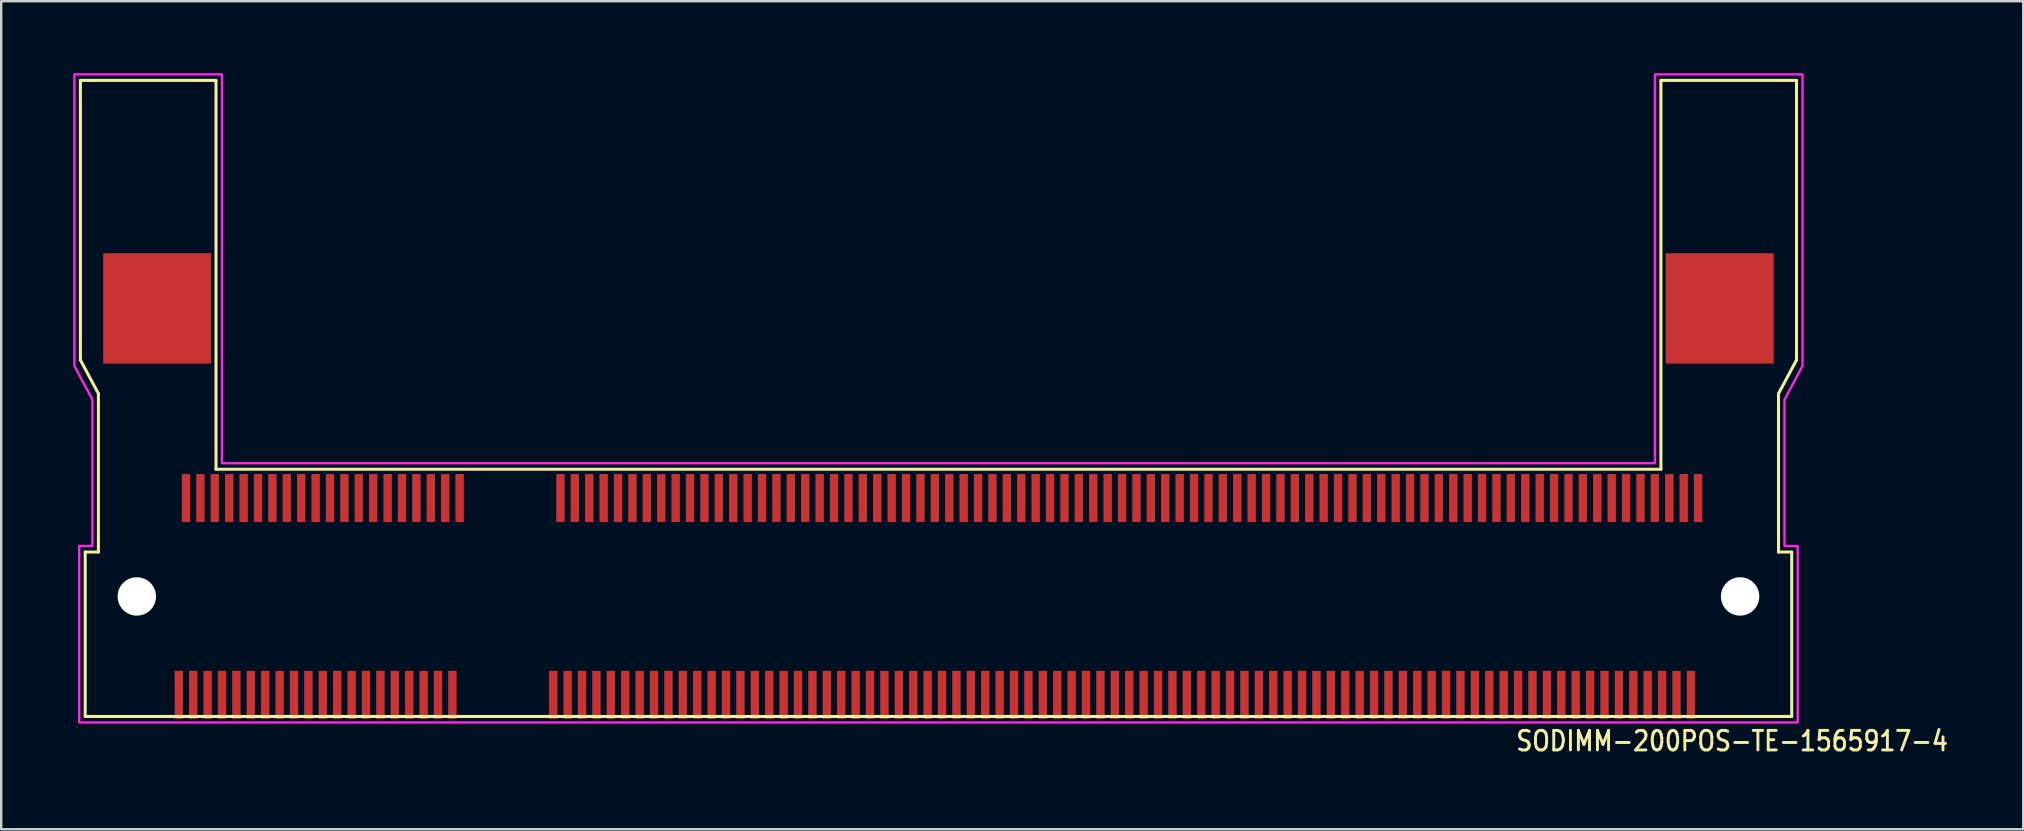
<source format=kicad_pcb>
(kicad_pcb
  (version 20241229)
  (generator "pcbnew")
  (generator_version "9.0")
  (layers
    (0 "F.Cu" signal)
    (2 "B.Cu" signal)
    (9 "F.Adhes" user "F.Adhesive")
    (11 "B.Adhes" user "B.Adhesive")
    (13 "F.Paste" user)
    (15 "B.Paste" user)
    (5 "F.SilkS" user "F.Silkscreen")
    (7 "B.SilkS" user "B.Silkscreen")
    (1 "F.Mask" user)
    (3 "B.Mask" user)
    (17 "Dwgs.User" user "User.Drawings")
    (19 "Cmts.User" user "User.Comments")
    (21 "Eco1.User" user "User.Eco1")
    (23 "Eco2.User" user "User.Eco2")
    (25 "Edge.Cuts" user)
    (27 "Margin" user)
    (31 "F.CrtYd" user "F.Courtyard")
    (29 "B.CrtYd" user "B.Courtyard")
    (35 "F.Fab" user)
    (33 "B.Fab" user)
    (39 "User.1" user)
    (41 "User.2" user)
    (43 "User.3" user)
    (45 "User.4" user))
  (footprint "SODIMM-200POS-TE-1565917-4"
    (layer "F.Cu")
    (at 36.05 21.8)
    (property "Reference" "SODIMM-200POS-TE-1565917-4" (at 24 6.5 0) (unlocked yes) (layer "F.SilkS") (effects (font (size 0.813 0.695) (thickness 0.122)) (justify left bottom)))
    (fp_line (start -35.75 -21.5) (end -30.1 -21.5) (stroke (width 0.127) (type solid)) (layer "F.SilkS"))
    (fp_line (start -35.75 -9.85) (end -35.75 -21.5) (stroke (width 0.127) (type solid)) (layer "F.SilkS"))
    (fp_line (start -35.75 -9.85) (end -35 -8.45) (stroke (width 0.127) (type solid)) (layer "F.SilkS"))
    (fp_line (start -35.55 -1.85) (end -35.55 5) (stroke (width 0.127) (type solid)) (layer "F.SilkS"))
    (fp_line (start -35.55 -1.85) (end -35 -1.85) (stroke (width 0.127) (type solid)) (layer "F.SilkS"))
    (fp_line (start -35.55 5) (end 35.55 5) (stroke (width 0.127) (type solid)) (layer "F.SilkS"))
    (fp_line (start -35 -1.85) (end -35 -8.45) (stroke (width 0.127) (type solid)) (layer "F.SilkS"))
    (fp_line (start -30.1 -21.5) (end -30.1 -5.3) (stroke (width 0.127) (type solid)) (layer "F.SilkS"))
    (fp_line (start -30.1 -5.3) (end 30.1 -5.3) (stroke (width 0.127) (type solid)) (layer "F.SilkS"))
    (fp_line (start 30.1 -21.5) (end 35.75 -21.5) (stroke (width 0.127) (type solid)) (layer "F.SilkS"))
    (fp_line (start 30.1 -5.3) (end 30.1 -21.5) (stroke (width 0.127) (type solid)) (layer "F.SilkS"))
    (fp_line (start 35 -1.85) (end 35 -8.45) (stroke (width 0.127) (type solid)) (layer "F.SilkS"))
    (fp_line (start 35.55 -1.85) (end 35 -1.85) (stroke (width 0.127) (type solid)) (layer "F.SilkS"))
    (fp_line (start 35.55 5) (end 35.55 -1.85) (stroke (width 0.127) (type solid)) (layer "F.SilkS"))
    (fp_line (start 35.75 -9.85) (end 35 -8.45) (stroke (width 0.127) (type solid)) (layer "F.SilkS"))
    (fp_line (start 35.75 -9.85) (end 35.75 -21.5) (stroke (width 0.127) (type solid)) (layer "F.SilkS"))
    (fp_poly (pts (xy -36 -21.75) (xy -29.85 -21.75) (xy -29.85 -5.55) (xy 29.85 -5.55) (xy 29.85 -21.75) (xy 36 -21.75) (xy 36 -9.6) (xy 35.25 -8.2) (xy 35.25 -2.1) (xy 35.8 -2.1) (xy 35.8 5.25) (xy -35.8 5.25) (xy -35.8 -2.1) (xy -35.25 -2.1) (xy -35.25 -8.2) (xy -36 -9.6)) (stroke (width 0.1) (type solid)) (fill no) (layer "F.CrtYd"))
    (pad "" np_thru_hole circle (at -33.4 0) (size 1.6 1.6) (drill 1.6) (layers "*.Cu" "*.Mask"))
    (pad "" np_thru_hole circle (at 33.4 0) (size 1.6 1.6) (drill 1.6) (layers "*.Cu" "*.Mask"))
    (pad "1" smd rect (at -31.65 4.1 180) (size 0.35 2) (layers "F.Cu" "F.Mask" "F.Paste"))
    (pad "2" smd rect (at -31.35 -4.1 180) (size 0.35 2) (layers "F.Cu" "F.Mask" "F.Paste"))
    (pad "3" smd rect (at -31.05 4.1 180) (size 0.35 2) (layers "F.Cu" "F.Mask" "F.Paste"))
    (pad "4" smd rect (at -30.75 -4.1 180) (size 0.35 2) (layers "F.Cu" "F.Mask" "F.Paste"))
    (pad "5" smd rect (at -30.45 4.1 180) (size 0.35 2) (layers "F.Cu" "F.Mask" "F.Paste"))
    (pad "6" smd rect (at -30.15 -4.1 180) (size 0.35 2) (layers "F.Cu" "F.Mask" "F.Paste"))
    (pad "7" smd rect (at -29.85 4.1 180) (size 0.35 2) (layers "F.Cu" "F.Mask" "F.Paste"))
    (pad "8" smd rect (at -29.55 -4.1 180) (size 0.35 2) (layers "F.Cu" "F.Mask" "F.Paste"))
    (pad "9" smd rect (at -29.25 4.1 180) (size 0.35 2) (layers "F.Cu" "F.Mask" "F.Paste"))
    (pad "10" smd rect (at -28.95 -4.1 180) (size 0.35 2) (layers "F.Cu" "F.Mask" "F.Paste"))
    (pad "11" smd rect (at -28.65 4.1 180) (size 0.35 2) (layers "F.Cu" "F.Mask" "F.Paste"))
    (pad "12" smd rect (at -28.35 -4.1 180) (size 0.35 2) (layers "F.Cu" "F.Mask" "F.Paste"))
    (pad "13" smd rect (at -28.05 4.1 180) (size 0.35 2) (layers "F.Cu" "F.Mask" "F.Paste"))
    (pad "14" smd rect (at -27.75 -4.1 180) (size 0.35 2) (layers "F.Cu" "F.Mask" "F.Paste"))
    (pad "15" smd rect (at -27.45 4.1 180) (size 0.35 2) (layers "F.Cu" "F.Mask" "F.Paste"))
    (pad "16" smd rect (at -27.15 -4.1 180) (size 0.35 2) (layers "F.Cu" "F.Mask" "F.Paste"))
    (pad "17" smd rect (at -26.85 4.1 180) (size 0.35 2) (layers "F.Cu" "F.Mask" "F.Paste"))
    (pad "18" smd rect (at -26.55 -4.1 180) (size 0.35 2) (layers "F.Cu" "F.Mask" "F.Paste"))
    (pad "19" smd rect (at -26.25 4.1 180) (size 0.35 2) (layers "F.Cu" "F.Mask" "F.Paste"))
    (pad "20" smd rect (at -25.95 -4.1 180) (size 0.35 2) (layers "F.Cu" "F.Mask" "F.Paste"))
    (pad "21" smd rect (at -25.65 4.1 180) (size 0.35 2) (layers "F.Cu" "F.Mask" "F.Paste"))
    (pad "22" smd rect (at -25.35 -4.1 180) (size 0.35 2) (layers "F.Cu" "F.Mask" "F.Paste"))
    (pad "23" smd rect (at -25.05 4.1 180) (size 0.35 2) (layers "F.Cu" "F.Mask" "F.Paste"))
    (pad "24" smd rect (at -24.75 -4.1 180) (size 0.35 2) (layers "F.Cu" "F.Mask" "F.Paste"))
    (pad "25" smd rect (at -24.45 4.1 180) (size 0.35 2) (layers "F.Cu" "F.Mask" "F.Paste"))
    (pad "26" smd rect (at -24.15 -4.1 180) (size 0.35 2) (layers "F.Cu" "F.Mask" "F.Paste"))
    (pad "27" smd rect (at -23.85 4.1 180) (size 0.35 2) (layers "F.Cu" "F.Mask" "F.Paste"))
    (pad "28" smd rect (at -23.55 -4.1 180) (size 0.35 2) (layers "F.Cu" "F.Mask" "F.Paste"))
    (pad "29" smd rect (at -23.25 4.1 180) (size 0.35 2) (layers "F.Cu" "F.Mask" "F.Paste"))
    (pad "30" smd rect (at -22.95 -4.1 180) (size 0.35 2) (layers "F.Cu" "F.Mask" "F.Paste"))
    (pad "31" smd rect (at -22.65 4.1 180) (size 0.35 2) (layers "F.Cu" "F.Mask" "F.Paste"))
    (pad "32" smd rect (at -22.35 -4.1 180) (size 0.35 2) (layers "F.Cu" "F.Mask" "F.Paste"))
    (pad "33" smd rect (at -22.05 4.1 180) (size 0.35 2) (layers "F.Cu" "F.Mask" "F.Paste"))
    (pad "34" smd rect (at -21.75 -4.1 180) (size 0.35 2) (layers "F.Cu" "F.Mask" "F.Paste"))
    (pad "35" smd rect (at -21.45 4.1 180) (size 0.35 2) (layers "F.Cu" "F.Mask" "F.Paste"))
    (pad "36" smd rect (at -21.15 -4.1 180) (size 0.35 2) (layers "F.Cu" "F.Mask" "F.Paste"))
    (pad "37" smd rect (at -20.85 4.1 180) (size 0.35 2) (layers "F.Cu" "F.Mask" "F.Paste"))
    (pad "38" smd rect (at -20.55 -4.1 180) (size 0.35 2) (layers "F.Cu" "F.Mask" "F.Paste"))
    (pad "39" smd rect (at -20.25 4.1 180) (size 0.35 2) (layers "F.Cu" "F.Mask" "F.Paste"))
    (pad "40" smd rect (at -19.95 -4.1 180) (size 0.35 2) (layers "F.Cu" "F.Mask" "F.Paste"))
    (pad "41" smd rect (at -16.05 4.1 180) (size 0.35 2) (layers "F.Cu" "F.Mask" "F.Paste"))
    (pad "42" smd rect (at -15.75 -4.1 180) (size 0.35 2) (layers "F.Cu" "F.Mask" "F.Paste"))
    (pad "43" smd rect (at -15.45 4.1 180) (size 0.35 2) (layers "F.Cu" "F.Mask" "F.Paste"))
    (pad "44" smd rect (at -15.15 -4.1 180) (size 0.35 2) (layers "F.Cu" "F.Mask" "F.Paste"))
    (pad "45" smd rect (at -14.85 4.1 180) (size 0.35 2) (layers "F.Cu" "F.Mask" "F.Paste"))
    (pad "46" smd rect (at -14.55 -4.1 180) (size 0.35 2) (layers "F.Cu" "F.Mask" "F.Paste"))
    (pad "47" smd rect (at -14.25 4.1 180) (size 0.35 2) (layers "F.Cu" "F.Mask" "F.Paste"))
    (pad "48" smd rect (at -13.95 -4.1 180) (size 0.35 2) (layers "F.Cu" "F.Mask" "F.Paste"))
    (pad "49" smd rect (at -13.65 4.1 180) (size 0.35 2) (layers "F.Cu" "F.Mask" "F.Paste"))
    (pad "50" smd rect (at -13.35 -4.1 180) (size 0.35 2) (layers "F.Cu" "F.Mask" "F.Paste"))
    (pad "51" smd rect (at -13.05 4.1 180) (size 0.35 2) (layers "F.Cu" "F.Mask" "F.Paste"))
    (pad "52" smd rect (at -12.75 -4.1 180) (size 0.35 2) (layers "F.Cu" "F.Mask" "F.Paste"))
    (pad "53" smd rect (at -12.45 4.1 180) (size 0.35 2) (layers "F.Cu" "F.Mask" "F.Paste"))
    (pad "54" smd rect (at -12.15 -4.1 180) (size 0.35 2) (layers "F.Cu" "F.Mask" "F.Paste"))
    (pad "55" smd rect (at -11.85 4.1 180) (size 0.35 2) (layers "F.Cu" "F.Mask" "F.Paste"))
    (pad "56" smd rect (at -11.55 -4.1 180) (size 0.35 2) (layers "F.Cu" "F.Mask" "F.Paste"))
    (pad "57" smd rect (at -11.25 4.1 180) (size 0.35 2) (layers "F.Cu" "F.Mask" "F.Paste"))
    (pad "58" smd rect (at -10.95 -4.1 180) (size 0.35 2) (layers "F.Cu" "F.Mask" "F.Paste"))
    (pad "59" smd rect (at -10.65 4.1 180) (size 0.35 2) (layers "F.Cu" "F.Mask" "F.Paste"))
    (pad "60" smd rect (at -10.35 -4.1 180) (size 0.35 2) (layers "F.Cu" "F.Mask" "F.Paste"))
    (pad "61" smd rect (at -10.05 4.1 180) (size 0.35 2) (layers "F.Cu" "F.Mask" "F.Paste"))
    (pad "62" smd rect (at -9.75 -4.1 180) (size 0.35 2) (layers "F.Cu" "F.Mask" "F.Paste"))
    (pad "63" smd rect (at -9.45 4.1 180) (size 0.35 2) (layers "F.Cu" "F.Mask" "F.Paste"))
    (pad "64" smd rect (at -9.15 -4.1 180) (size 0.35 2) (layers "F.Cu" "F.Mask" "F.Paste"))
    (pad "65" smd rect (at -8.85 4.1 180) (size 0.35 2) (layers "F.Cu" "F.Mask" "F.Paste"))
    (pad "66" smd rect (at -8.55 -4.1 180) (size 0.35 2) (layers "F.Cu" "F.Mask" "F.Paste"))
    (pad "67" smd rect (at -8.25 4.1 180) (size 0.35 2) (layers "F.Cu" "F.Mask" "F.Paste"))
    (pad "68" smd rect (at -7.95 -4.1 180) (size 0.35 2) (layers "F.Cu" "F.Mask" "F.Paste"))
    (pad "69" smd rect (at -7.65 4.1 180) (size 0.35 2) (layers "F.Cu" "F.Mask" "F.Paste"))
    (pad "70" smd rect (at -7.35 -4.1 180) (size 0.35 2) (layers "F.Cu" "F.Mask" "F.Paste"))
    (pad "71" smd rect (at -7.05 4.1 180) (size 0.35 2) (layers "F.Cu" "F.Mask" "F.Paste"))
    (pad "72" smd rect (at -6.75 -4.1 180) (size 0.35 2) (layers "F.Cu" "F.Mask" "F.Paste"))
    (pad "73" smd rect (at -6.45 4.1 180) (size 0.35 2) (layers "F.Cu" "F.Mask" "F.Paste"))
    (pad "74" smd rect (at -6.15 -4.1 180) (size 0.35 2) (layers "F.Cu" "F.Mask" "F.Paste"))
    (pad "75" smd rect (at -5.85 4.1 180) (size 0.35 2) (layers "F.Cu" "F.Mask" "F.Paste"))
    (pad "76" smd rect (at -5.55 -4.1 180) (size 0.35 2) (layers "F.Cu" "F.Mask" "F.Paste"))
    (pad "77" smd rect (at -5.25 4.1 180) (size 0.35 2) (layers "F.Cu" "F.Mask" "F.Paste"))
    (pad "78" smd rect (at -4.95 -4.1 180) (size 0.35 2) (layers "F.Cu" "F.Mask" "F.Paste"))
    (pad "79" smd rect (at -4.65 4.1 180) (size 0.35 2) (layers "F.Cu" "F.Mask" "F.Paste"))
    (pad "80" smd rect (at -4.35 -4.1 180) (size 0.35 2) (layers "F.Cu" "F.Mask" "F.Paste"))
    (pad "81" smd rect (at -4.05 4.1 180) (size 0.35 2) (layers "F.Cu" "F.Mask" "F.Paste"))
    (pad "82" smd rect (at -3.75 -4.1 180) (size 0.35 2) (layers "F.Cu" "F.Mask" "F.Paste"))
    (pad "83" smd rect (at -3.45 4.1 180) (size 0.35 2) (layers "F.Cu" "F.Mask" "F.Paste"))
    (pad "84" smd rect (at -3.15 -4.1 180) (size 0.35 2) (layers "F.Cu" "F.Mask" "F.Paste"))
    (pad "85" smd rect (at -2.85 4.1 180) (size 0.35 2) (layers "F.Cu" "F.Mask" "F.Paste"))
    (pad "86" smd rect (at -2.55 -4.1 180) (size 0.35 2) (layers "F.Cu" "F.Mask" "F.Paste"))
    (pad "87" smd rect (at -2.25 4.1 180) (size 0.35 2) (layers "F.Cu" "F.Mask" "F.Paste"))
    (pad "88" smd rect (at -1.95 -4.1 180) (size 0.35 2) (layers "F.Cu" "F.Mask" "F.Paste"))
    (pad "89" smd rect (at -1.65 4.1 180) (size 0.35 2) (layers "F.Cu" "F.Mask" "F.Paste"))
    (pad "90" smd rect (at -1.35 -4.1 180) (size 0.35 2) (layers "F.Cu" "F.Mask" "F.Paste"))
    (pad "91" smd rect (at -1.05 4.1 180) (size 0.35 2) (layers "F.Cu" "F.Mask" "F.Paste"))
    (pad "92" smd rect (at -0.75 -4.1 180) (size 0.35 2) (layers "F.Cu" "F.Mask" "F.Paste"))
    (pad "93" smd rect (at -0.45 4.1 180) (size 0.35 2) (layers "F.Cu" "F.Mask" "F.Paste"))
    (pad "94" smd rect (at -0.15 -4.1 180) (size 0.35 2) (layers "F.Cu" "F.Mask" "F.Paste"))
    (pad "95" smd rect (at 0.15 4.1 180) (size 0.35 2) (layers "F.Cu" "F.Mask" "F.Paste"))
    (pad "96" smd rect (at 0.45 -4.1 180) (size 0.35 2) (layers "F.Cu" "F.Mask" "F.Paste"))
    (pad "97" smd rect (at 0.75 4.1 180) (size 0.35 2) (layers "F.Cu" "F.Mask" "F.Paste"))
    (pad "98" smd rect (at 1.05 -4.1 180) (size 0.35 2) (layers "F.Cu" "F.Mask" "F.Paste"))
    (pad "99" smd rect (at 1.35 4.1 180) (size 0.35 2) (layers "F.Cu" "F.Mask" "F.Paste"))
    (pad "100" smd rect (at 1.65 -4.1 180) (size 0.35 2) (layers "F.Cu" "F.Mask" "F.Paste"))
    (pad "101" smd rect (at 1.95 4.1 180) (size 0.35 2) (layers "F.Cu" "F.Mask" "F.Paste"))
    (pad "102" smd rect (at 2.25 -4.1 180) (size 0.35 2) (layers "F.Cu" "F.Mask" "F.Paste"))
    (pad "103" smd rect (at 2.55 4.1 180) (size 0.35 2) (layers "F.Cu" "F.Mask" "F.Paste"))
    (pad "104" smd rect (at 2.85 -4.1 180) (size 0.35 2) (layers "F.Cu" "F.Mask" "F.Paste"))
    (pad "105" smd rect (at 3.15 4.1 180) (size 0.35 2) (layers "F.Cu" "F.Mask" "F.Paste"))
    (pad "106" smd rect (at 3.45 -4.1 180) (size 0.35 2) (layers "F.Cu" "F.Mask" "F.Paste"))
    (pad "107" smd rect (at 3.75 4.1 180) (size 0.35 2) (layers "F.Cu" "F.Mask" "F.Paste"))
    (pad "108" smd rect (at 4.05 -4.1 180) (size 0.35 2) (layers "F.Cu" "F.Mask" "F.Paste"))
    (pad "109" smd rect (at 4.35 4.1 180) (size 0.35 2) (layers "F.Cu" "F.Mask" "F.Paste"))
    (pad "110" smd rect (at 4.65 -4.1 180) (size 0.35 2) (layers "F.Cu" "F.Mask" "F.Paste"))
    (pad "111" smd rect (at 4.95 4.1 180) (size 0.35 2) (layers "F.Cu" "F.Mask" "F.Paste"))
    (pad "112" smd rect (at 5.25 -4.1 180) (size 0.35 2) (layers "F.Cu" "F.Mask" "F.Paste"))
    (pad "113" smd rect (at 5.55 4.1 180) (size 0.35 2) (layers "F.Cu" "F.Mask" "F.Paste"))
    (pad "114" smd rect (at 5.85 -4.1 180) (size 0.35 2) (layers "F.Cu" "F.Mask" "F.Paste"))
    (pad "115" smd rect (at 6.15 4.1 180) (size 0.35 2) (layers "F.Cu" "F.Mask" "F.Paste"))
    (pad "116" smd rect (at 6.45 -4.1 180) (size 0.35 2) (layers "F.Cu" "F.Mask" "F.Paste"))
    (pad "117" smd rect (at 6.75 4.1 180) (size 0.35 2) (layers "F.Cu" "F.Mask" "F.Paste"))
    (pad "118" smd rect (at 7.05 -4.1 180) (size 0.35 2) (layers "F.Cu" "F.Mask" "F.Paste"))
    (pad "119" smd rect (at 7.35 4.1 180) (size 0.35 2) (layers "F.Cu" "F.Mask" "F.Paste"))
    (pad "120" smd rect (at 7.65 -4.1 180) (size 0.35 2) (layers "F.Cu" "F.Mask" "F.Paste"))
    (pad "121" smd rect (at 7.95 4.1 180) (size 0.35 2) (layers "F.Cu" "F.Mask" "F.Paste"))
    (pad "122" smd rect (at 8.25 -4.1 180) (size 0.35 2) (layers "F.Cu" "F.Mask" "F.Paste"))
    (pad "123" smd rect (at 8.55 4.1 180) (size 0.35 2) (layers "F.Cu" "F.Mask" "F.Paste"))
    (pad "124" smd rect (at 8.85 -4.1 180) (size 0.35 2) (layers "F.Cu" "F.Mask" "F.Paste"))
    (pad "125" smd rect (at 9.15 4.1 180) (size 0.35 2) (layers "F.Cu" "F.Mask" "F.Paste"))
    (pad "126" smd rect (at 9.45 -4.1 180) (size 0.35 2) (layers "F.Cu" "F.Mask" "F.Paste"))
    (pad "127" smd rect (at 9.75 4.1 180) (size 0.35 2) (layers "F.Cu" "F.Mask" "F.Paste"))
    (pad "128" smd rect (at 10.05 -4.1 180) (size 0.35 2) (layers "F.Cu" "F.Mask" "F.Paste"))
    (pad "129" smd rect (at 10.35 4.1 180) (size 0.35 2) (layers "F.Cu" "F.Mask" "F.Paste"))
    (pad "130" smd rect (at 10.65 -4.1 180) (size 0.35 2) (layers "F.Cu" "F.Mask" "F.Paste"))
    (pad "131" smd rect (at 10.95 4.1 180) (size 0.35 2) (layers "F.Cu" "F.Mask" "F.Paste"))
    (pad "132" smd rect (at 11.25 -4.1 180) (size 0.35 2) (layers "F.Cu" "F.Mask" "F.Paste"))
    (pad "133" smd rect (at 11.55 4.1 180) (size 0.35 2) (layers "F.Cu" "F.Mask" "F.Paste"))
    (pad "134" smd rect (at 11.85 -4.1 180) (size 0.35 2) (layers "F.Cu" "F.Mask" "F.Paste"))
    (pad "135" smd rect (at 12.15 4.1 180) (size 0.35 2) (layers "F.Cu" "F.Mask" "F.Paste"))
    (pad "136" smd rect (at 12.45 -4.1 180) (size 0.35 2) (layers "F.Cu" "F.Mask" "F.Paste"))
    (pad "137" smd rect (at 12.75 4.1 180) (size 0.35 2) (layers "F.Cu" "F.Mask" "F.Paste"))
    (pad "138" smd rect (at 13.05 -4.1 180) (size 0.35 2) (layers "F.Cu" "F.Mask" "F.Paste"))
    (pad "139" smd rect (at 13.35 4.1 180) (size 0.35 2) (layers "F.Cu" "F.Mask" "F.Paste"))
    (pad "140" smd rect (at 13.65 -4.1 180) (size 0.35 2) (layers "F.Cu" "F.Mask" "F.Paste"))
    (pad "141" smd rect (at 13.95 4.1 180) (size 0.35 2) (layers "F.Cu" "F.Mask" "F.Paste"))
    (pad "142" smd rect (at 14.25 -4.1 180) (size 0.35 2) (layers "F.Cu" "F.Mask" "F.Paste"))
    (pad "143" smd rect (at 14.55 4.1 180) (size 0.35 2) (layers "F.Cu" "F.Mask" "F.Paste"))
    (pad "144" smd rect (at 14.85 -4.1 180) (size 0.35 2) (layers "F.Cu" "F.Mask" "F.Paste"))
    (pad "145" smd rect (at 15.15 4.1 180) (size 0.35 2) (layers "F.Cu" "F.Mask" "F.Paste"))
    (pad "146" smd rect (at 15.45 -4.1 180) (size 0.35 2) (layers "F.Cu" "F.Mask" "F.Paste"))
    (pad "147" smd rect (at 15.75 4.1 180) (size 0.35 2) (layers "F.Cu" "F.Mask" "F.Paste"))
    (pad "148" smd rect (at 16.05 -4.1 180) (size 0.35 2) (layers "F.Cu" "F.Mask" "F.Paste"))
    (pad "149" smd rect (at 16.35 4.1 180) (size 0.35 2) (layers "F.Cu" "F.Mask" "F.Paste"))
    (pad "150" smd rect (at 16.65 -4.1 180) (size 0.35 2) (layers "F.Cu" "F.Mask" "F.Paste"))
    (pad "151" smd rect (at 16.95 4.1 180) (size 0.35 2) (layers "F.Cu" "F.Mask" "F.Paste"))
    (pad "152" smd rect (at 17.25 -4.1 180) (size 0.35 2) (layers "F.Cu" "F.Mask" "F.Paste"))
    (pad "153" smd rect (at 17.55 4.1 180) (size 0.35 2) (layers "F.Cu" "F.Mask" "F.Paste"))
    (pad "154" smd rect (at 17.85 -4.1 180) (size 0.35 2) (layers "F.Cu" "F.Mask" "F.Paste"))
    (pad "155" smd rect (at 18.15 4.1 180) (size 0.35 2) (layers "F.Cu" "F.Mask" "F.Paste"))
    (pad "156" smd rect (at 18.45 -4.1 180) (size 0.35 2) (layers "F.Cu" "F.Mask" "F.Paste"))
    (pad "157" smd rect (at 18.75 4.1 180) (size 0.35 2) (layers "F.Cu" "F.Mask" "F.Paste"))
    (pad "158" smd rect (at 19.05 -4.1 180) (size 0.35 2) (layers "F.Cu" "F.Mask" "F.Paste"))
    (pad "159" smd rect (at 19.35 4.1 180) (size 0.35 2) (layers "F.Cu" "F.Mask" "F.Paste"))
    (pad "160" smd rect (at 19.65 -4.1 180) (size 0.35 2) (layers "F.Cu" "F.Mask" "F.Paste"))
    (pad "161" smd rect (at 19.95 4.1 180) (size 0.35 2) (layers "F.Cu" "F.Mask" "F.Paste"))
    (pad "162" smd rect (at 20.25 -4.1 180) (size 0.35 2) (layers "F.Cu" "F.Mask" "F.Paste"))
    (pad "163" smd rect (at 20.55 4.1 180) (size 0.35 2) (layers "F.Cu" "F.Mask" "F.Paste"))
    (pad "164" smd rect (at 20.85 -4.1 180) (size 0.35 2) (layers "F.Cu" "F.Mask" "F.Paste"))
    (pad "165" smd rect (at 21.15 4.1 180) (size 0.35 2) (layers "F.Cu" "F.Mask" "F.Paste"))
    (pad "166" smd rect (at 21.45 -4.1 180) (size 0.35 2) (layers "F.Cu" "F.Mask" "F.Paste"))
    (pad "167" smd rect (at 21.75 4.1 180) (size 0.35 2) (layers "F.Cu" "F.Mask" "F.Paste"))
    (pad "168" smd rect (at 22.05 -4.1 180) (size 0.35 2) (layers "F.Cu" "F.Mask" "F.Paste"))
    (pad "169" smd rect (at 22.35 4.1 180) (size 0.35 2) (layers "F.Cu" "F.Mask" "F.Paste"))
    (pad "170" smd rect (at 22.65 -4.1 180) (size 0.35 2) (layers "F.Cu" "F.Mask" "F.Paste"))
    (pad "171" smd rect (at 22.95 4.1 180) (size 0.35 2) (layers "F.Cu" "F.Mask" "F.Paste"))
    (pad "172" smd rect (at 23.25 -4.1 180) (size 0.35 2) (layers "F.Cu" "F.Mask" "F.Paste"))
    (pad "173" smd rect (at 23.55 4.1 180) (size 0.35 2) (layers "F.Cu" "F.Mask" "F.Paste"))
    (pad "174" smd rect (at 23.85 -4.1 180) (size 0.35 2) (layers "F.Cu" "F.Mask" "F.Paste"))
    (pad "175" smd rect (at 24.15 4.1 180) (size 0.35 2) (layers "F.Cu" "F.Mask" "F.Paste"))
    (pad "176" smd rect (at 24.45 -4.1 180) (size 0.35 2) (layers "F.Cu" "F.Mask" "F.Paste"))
    (pad "177" smd rect (at 24.75 4.1 180) (size 0.35 2) (layers "F.Cu" "F.Mask" "F.Paste"))
    (pad "178" smd rect (at 25.05 -4.1 180) (size 0.35 2) (layers "F.Cu" "F.Mask" "F.Paste"))
    (pad "179" smd rect (at 25.35 4.1 180) (size 0.35 2) (layers "F.Cu" "F.Mask" "F.Paste"))
    (pad "180" smd rect (at 25.65 -4.1 180) (size 0.35 2) (layers "F.Cu" "F.Mask" "F.Paste"))
    (pad "181" smd rect (at 25.95 4.1 180) (size 0.35 2) (layers "F.Cu" "F.Mask" "F.Paste"))
    (pad "182" smd rect (at 26.25 -4.1 180) (size 0.35 2) (layers "F.Cu" "F.Mask" "F.Paste"))
    (pad "183" smd rect (at 26.55 4.1 180) (size 0.35 2) (layers "F.Cu" "F.Mask" "F.Paste"))
    (pad "184" smd rect (at 26.85 -4.1 180) (size 0.35 2) (layers "F.Cu" "F.Mask" "F.Paste"))
    (pad "185" smd rect (at 27.15 4.1 180) (size 0.35 2) (layers "F.Cu" "F.Mask" "F.Paste"))
    (pad "186" smd rect (at 27.45 -4.1 180) (size 0.35 2) (layers "F.Cu" "F.Mask" "F.Paste"))
    (pad "187" smd rect (at 27.75 4.1 180) (size 0.35 2) (layers "F.Cu" "F.Mask" "F.Paste"))
    (pad "188" smd rect (at 28.05 -4.1 180) (size 0.35 2) (layers "F.Cu" "F.Mask" "F.Paste"))
    (pad "189" smd rect (at 28.35 4.1 180) (size 0.35 2) (layers "F.Cu" "F.Mask" "F.Paste"))
    (pad "190" smd rect (at 28.65 -4.1 180) (size 0.35 2) (layers "F.Cu" "F.Mask" "F.Paste"))
    (pad "191" smd rect (at 28.95 4.1 180) (size 0.35 2) (layers "F.Cu" "F.Mask" "F.Paste"))
    (pad "192" smd rect (at 29.25 -4.1 180) (size 0.35 2) (layers "F.Cu" "F.Mask" "F.Paste"))
    (pad "193" smd rect (at 29.55 4.1 180) (size 0.35 2) (layers "F.Cu" "F.Mask" "F.Paste"))
    (pad "194" smd rect (at 29.85 -4.1 180) (size 0.35 2) (layers "F.Cu" "F.Mask" "F.Paste"))
    (pad "195" smd rect (at 30.15 4.1 180) (size 0.35 2) (layers "F.Cu" "F.Mask" "F.Paste"))
    (pad "196" smd rect (at 30.45 -4.1 180) (size 0.35 2) (layers "F.Cu" "F.Mask" "F.Paste"))
    (pad "197" smd rect (at 30.75 4.1 180) (size 0.35 2) (layers "F.Cu" "F.Mask" "F.Paste"))
    (pad "198" smd rect (at 31.05 -4.1 180) (size 0.35 2) (layers "F.Cu" "F.Mask" "F.Paste"))
    (pad "199" smd rect (at 31.35 4.1 180) (size 0.35 2) (layers "F.Cu" "F.Mask" "F.Paste"))
    (pad "200" smd rect (at 31.65 -4.1 180) (size 0.35 2) (layers "F.Cu" "F.Mask" "F.Paste"))
    (pad "S_1" smd rect (at 32.55 -12) (size 4.5 4.6) (layers "F.Cu" "F.Mask" "F.Paste"))
    (pad "S_2" smd rect (at -32.55 -12) (size 4.5 4.6) (layers "F.Cu" "F.Mask" "F.Paste")))
  (gr_rect
    (start -3 -3)
    (end 81.246 31.5)
    (stroke (width 0.1) (type default))
    (fill no)
    (layer "Edge.Cuts")))
</source>
